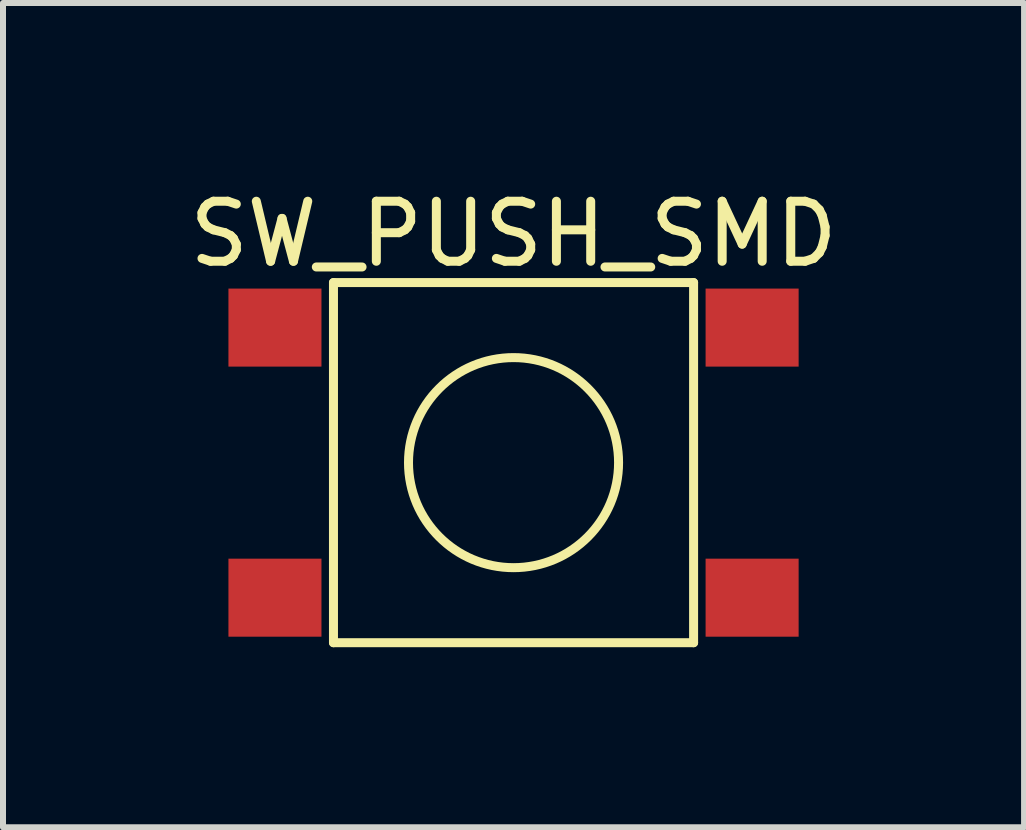
<source format=kicad_pcb>
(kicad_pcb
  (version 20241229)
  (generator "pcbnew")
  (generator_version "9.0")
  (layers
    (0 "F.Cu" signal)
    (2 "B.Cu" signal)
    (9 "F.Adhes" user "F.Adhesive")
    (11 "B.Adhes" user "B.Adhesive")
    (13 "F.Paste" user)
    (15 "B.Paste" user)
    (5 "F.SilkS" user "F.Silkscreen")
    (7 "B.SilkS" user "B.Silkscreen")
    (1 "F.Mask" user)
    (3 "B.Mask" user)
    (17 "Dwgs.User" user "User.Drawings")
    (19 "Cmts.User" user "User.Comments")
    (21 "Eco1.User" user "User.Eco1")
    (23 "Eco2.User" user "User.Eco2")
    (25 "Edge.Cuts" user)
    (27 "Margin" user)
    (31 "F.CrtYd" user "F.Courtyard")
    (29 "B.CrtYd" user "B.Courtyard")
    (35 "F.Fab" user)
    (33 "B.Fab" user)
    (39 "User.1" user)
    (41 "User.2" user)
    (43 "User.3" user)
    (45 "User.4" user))
  (footprint "SW_PUSH_SMD"
    (layer "F.Cu")
    (at 5.506 4.658)
    (property "Reference" "SW_PUSH_SMD" (at 0 -3.81 0) (layer "F.SilkS") (effects (font (size 1 1) (thickness 0.15))))
    (attr through_hole)
    (fp_line (start -3 -3) (end -3 3) (stroke (width 0.15) (type solid)) (layer "F.SilkS"))
    (fp_line (start -3 3) (end 3 3) (stroke (width 0.15) (type solid)) (layer "F.SilkS"))
    (fp_line (start 3 -3) (end -3 -3) (stroke (width 0.15) (type solid)) (layer "F.SilkS"))
    (fp_line (start 3 3) (end 3 -3) (stroke (width 0.15) (type solid)) (layer "F.SilkS"))
    (fp_circle (center 0 0) (end 1.75 0) (stroke (width 0.15) (type solid)) (fill no) (layer "F.SilkS"))
    (pad "1" smd rect (at -3.975 -2.25) (size 1.55 1.3) (layers "F.Cu" "F.Mask" "F.Paste"))
    (pad "1" smd rect (at 3.975 -2.25) (size 1.55 1.3) (layers "F.Cu" "F.Mask" "F.Paste"))
    (pad "2" smd rect (at -3.975 2.25) (size 1.55 1.3) (layers "F.Cu" "F.Mask" "F.Paste"))
    (pad "2" smd rect (at 3.975 2.25) (size 1.55 1.3) (layers "F.Cu" "F.Mask" "F.Paste")))
  (gr_rect
    (start -3 -3)
    (end 14.012 10.733)
    (stroke (width 0.1) (type default))
    (fill no)
    (layer "Edge.Cuts")))
</source>
